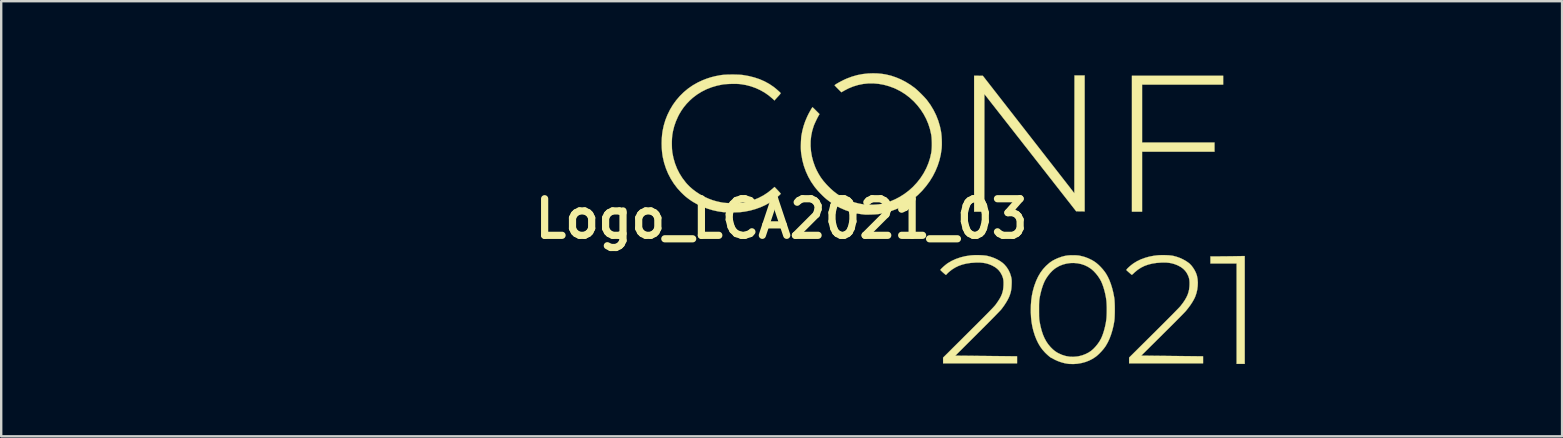
<source format=kicad_pcb>
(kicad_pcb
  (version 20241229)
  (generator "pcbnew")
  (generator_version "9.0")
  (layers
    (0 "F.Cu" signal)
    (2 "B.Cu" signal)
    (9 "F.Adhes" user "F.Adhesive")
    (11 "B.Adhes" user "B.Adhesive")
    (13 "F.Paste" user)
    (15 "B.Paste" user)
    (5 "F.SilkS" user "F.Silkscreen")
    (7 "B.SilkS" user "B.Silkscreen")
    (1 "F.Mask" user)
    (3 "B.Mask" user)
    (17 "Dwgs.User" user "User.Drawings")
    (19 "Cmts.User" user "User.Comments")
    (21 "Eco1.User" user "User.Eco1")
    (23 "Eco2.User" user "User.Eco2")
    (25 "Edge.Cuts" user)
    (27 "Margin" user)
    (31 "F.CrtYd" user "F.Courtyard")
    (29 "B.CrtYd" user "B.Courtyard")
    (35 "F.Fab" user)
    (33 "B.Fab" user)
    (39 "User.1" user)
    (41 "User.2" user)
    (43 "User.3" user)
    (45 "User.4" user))
  (footprint "Logo_LCA2021_03"
    (layer "F.Cu")
    (at 29.513 6.065)
    (property "Reference" "Logo_LCA2021_03" (at 0 0 0) (layer "F.SilkS") (effects (font (size 1.524 1.524) (thickness 0.3))))
    (attr through_hole)
    (fp_poly (pts (xy -24.341 -0.307) (xy -24.765 -0.307) (xy -24.765 -5.971) (xy -24.341 -5.971) (xy -24.341 -0.307)) (stroke (width 0.01) (type solid)) (fill yes) (layer "F.Mask"))
    (fp_poly (pts (xy -4.796 6.046) (xy -5.135 6.046) (xy -5.135 1.556) (xy -4.796 1.556) (xy -4.796 6.046)) (stroke (width 0.01) (type solid)) (fill yes) (layer "F.Mask"))
    (fp_poly (pts (xy -29.085 -0.678) (xy -25.824 -0.678) (xy -25.824 -0.296) (xy -29.508 -0.296) (xy -29.508 -5.971) (xy -29.085 -5.971) (xy -29.085 -0.678)) (stroke (width 0.01) (type solid)) (fill yes) (layer "F.Mask"))
    (fp_poly (pts (xy -8.534 5.728) (xy -5.961 5.728) (xy -5.961 6.024) (xy -8.862 6.024) (xy -8.862 1.556) (xy -8.534 1.556) (xy -8.534 5.728)) (stroke (width 0.01) (type solid)) (fill yes) (layer "F.Mask"))
    (fp_poly (pts (xy -1.444 3.489) (xy 0.069 5.421) (xy 0.074 1.556) (xy 0.402 1.556) (xy 0.402 6.046) (xy 0.251 6.045) (xy 0.101 6.045) (xy -2.906 2.178) (xy -2.912 6.046) (xy -3.25 6.046) (xy -3.25 1.556) (xy -2.958 1.556) (xy -1.444 3.489)) (stroke (width 0.01) (type solid)) (fill yes) (layer "F.Mask"))
    (fp_poly (pts (xy 4.944 1.853) (xy 2.276 1.853) (xy 2.276 3.6) (xy 4.659 3.6) (xy 4.659 3.896) (xy 2.276 3.896) (xy 2.276 5.715) (xy 3.653 5.723) (xy 5.029 5.731) (xy 5.029 6.024) (xy 1.948 6.024) (xy 1.948 1.556) (xy 4.944 1.556) (xy 4.944 1.853)) (stroke (width 0.01) (type solid)) (fill yes) (layer "F.Mask"))
    (fp_poly (pts (xy -17.756 -0.307) (xy -17.933 -0.307) (xy -18.11 -0.308) (xy -21.954 -5.201) (xy -21.956 -2.749) (xy -21.959 -0.296) (xy -22.382 -0.296) (xy -22.382 -5.961) (xy -22.2 -5.961) (xy -22.017 -5.961) (xy -20.096 -3.509) (xy -18.174 -1.057) (xy -18.171 -3.514) (xy -18.169 -5.971) (xy -17.756 -5.971) (xy -17.756 -0.307)) (stroke (width 0.01) (type solid)) (fill yes) (layer "F.Mask"))
    (fp_poly (pts (xy -13.91 1.559) (xy -13.76 1.562) (xy -12.25 3.489) (xy -10.741 5.416) (xy -10.739 3.486) (xy -10.736 1.556) (xy -10.408 1.556) (xy -10.408 6.046) (xy -10.691 6.046) (xy -11.992 4.381) (xy -12.124 4.211) (xy -12.255 4.043) (xy -12.384 3.878) (xy -12.51 3.717) (xy -12.632 3.561) (xy -12.749 3.411) (xy -12.861 3.268) (xy -12.967 3.133) (xy -13.066 3.006) (xy -13.157 2.889) (xy -13.24 2.783) (xy -13.314 2.689) (xy -13.377 2.607) (xy -13.431 2.539) (xy -13.472 2.486) (xy -13.502 2.448) (xy -13.504 2.445) (xy -13.716 2.174) (xy -13.719 4.11) (xy -13.722 6.046) (xy -14.061 6.046) (xy -14.061 1.556) (xy -13.91 1.559)) (stroke (width 0.01) (type solid)) (fill yes) (layer "F.Mask"))
    (fp_poly (pts (xy 21.308 -5.95) (xy 21.52 -5.95) (xy 22.822 -3.123) (xy 22.929 -2.891) (xy 23.033 -2.664) (xy 23.135 -2.443) (xy 23.234 -2.228) (xy 23.33 -2.021) (xy 23.422 -1.821) (xy 23.51 -1.63) (xy 23.593 -1.449) (xy 23.672 -1.277) (xy 23.746 -1.117) (xy 23.814 -0.969) (xy 23.877 -0.833) (xy 23.933 -0.71) (xy 23.983 -0.601) (xy 24.026 -0.508) (xy 24.062 -0.429) (xy 24.091 -0.367) (xy 24.111 -0.322) (xy 24.124 -0.295) (xy 24.128 -0.286) (xy 24.119 -0.282) (xy 24.089 -0.279) (xy 24.038 -0.277) (xy 23.966 -0.276) (xy 23.9 -0.276) (xy 23.669 -0.276) (xy 23.307 -1.072) (xy 22.945 -1.869) (xy 19.66 -1.869) (xy 19.302 -1.075) (xy 18.945 -0.281) (xy 18.716 -0.278) (xy 18.648 -0.277) (xy 18.589 -0.277) (xy 18.541 -0.278) (xy 18.506 -0.28) (xy 18.488 -0.282) (xy 18.486 -0.283) (xy 18.491 -0.293) (xy 18.503 -0.321) (xy 18.525 -0.368) (xy 18.553 -0.431) (xy 18.59 -0.511) (xy 18.633 -0.606) (xy 18.684 -0.715) (xy 18.741 -0.839) (xy 18.803 -0.976) (xy 18.872 -1.125) (xy 18.946 -1.286) (xy 19.025 -1.458) (xy 19.109 -1.64) (xy 19.197 -1.832) (xy 19.289 -2.032) (xy 19.385 -2.24) (xy 19.39 -2.25) (xy 19.833 -2.25) (xy 20.899 -2.245) (xy 21.058 -2.244) (xy 21.218 -2.243) (xy 21.378 -2.242) (xy 21.535 -2.241) (xy 21.686 -2.24) (xy 21.83 -2.24) (xy 21.964 -2.239) (xy 22.087 -2.238) (xy 22.195 -2.238) (xy 22.287 -2.237) (xy 22.36 -2.237) (xy 22.369 -2.237) (xy 22.46 -2.236) (xy 22.543 -2.236) (xy 22.617 -2.237) (xy 22.679 -2.237) (xy 22.728 -2.239) (xy 22.76 -2.24) (xy 22.774 -2.242) (xy 22.774 -2.242) (xy 22.77 -2.253) (xy 22.758 -2.281) (xy 22.737 -2.327) (xy 22.71 -2.388) (xy 22.676 -2.464) (xy 22.637 -2.552) (xy 22.591 -2.653) (xy 22.541 -2.764) (xy 22.487 -2.885) (xy 22.428 -3.014) (xy 22.367 -3.15) (xy 22.303 -3.291) (xy 22.236 -3.438) (xy 22.168 -3.588) (xy 22.099 -3.74) (xy 22.03 -3.893) (xy 21.96 -4.046) (xy 21.892 -4.197) (xy 21.824 -4.346) (xy 21.758 -4.491) (xy 21.694 -4.631) (xy 21.634 -4.764) (xy 21.576 -4.89) (xy 21.523 -5.007) (xy 21.474 -5.114) (xy 21.43 -5.21) (xy 21.391 -5.294) (xy 21.359 -5.364) (xy 21.334 -5.419) (xy 21.315 -5.458) (xy 21.305 -5.48) (xy 21.302 -5.484) (xy 21.297 -5.475) (xy 21.284 -5.447) (xy 21.263 -5.402) (xy 21.235 -5.341) (xy 21.199 -5.264) (xy 21.158 -5.173) (xy 21.11 -5.069) (xy 21.057 -4.952) (xy 20.998 -4.824) (xy 20.936 -4.686) (xy 20.868 -4.538) (xy 20.798 -4.382) (xy 20.724 -4.219) (xy 20.647 -4.049) (xy 20.568 -3.875) (xy 20.564 -3.867) (xy 19.833 -2.25) (xy 19.39 -2.25) (xy 19.485 -2.455) (xy 19.587 -2.677) (xy 19.692 -2.905) (xy 19.791 -3.12) (xy 21.096 -5.95) (xy 21.308 -5.95)) (stroke (width 0.01) (type solid)) (fill yes) (layer "F.Mask"))
    (fp_poly (pts (xy 25.403 -4.174) (xy 25.403 -3.942) (xy 25.404 -3.73) (xy 25.404 -3.537) (xy 25.405 -3.362) (xy 25.405 -3.203) (xy 25.406 -3.061) (xy 25.406 -2.934) (xy 25.407 -2.821) (xy 25.408 -2.72) (xy 25.409 -2.631) (xy 25.411 -2.553) (xy 25.412 -2.485) (xy 25.414 -2.425) (xy 25.416 -2.372) (xy 25.419 -2.326) (xy 25.422 -2.286) (xy 25.426 -2.25) (xy 25.429 -2.218) (xy 25.434 -2.187) (xy 25.439 -2.158) (xy 25.444 -2.13) (xy 25.45 -2.1) (xy 25.457 -2.069) (xy 25.464 -2.034) (xy 25.465 -2.029) (xy 25.504 -1.871) (xy 25.553 -1.718) (xy 25.612 -1.575) (xy 25.679 -1.443) (xy 25.753 -1.325) (xy 25.832 -1.222) (xy 25.916 -1.138) (xy 25.933 -1.124) (xy 26.099 -1.002) (xy 26.274 -0.898) (xy 26.459 -0.812) (xy 26.65 -0.745) (xy 26.846 -0.696) (xy 27.045 -0.667) (xy 27.247 -0.656) (xy 27.45 -0.665) (xy 27.651 -0.694) (xy 27.849 -0.743) (xy 28.015 -0.801) (xy 28.157 -0.864) (xy 28.294 -0.936) (xy 28.422 -1.016) (xy 28.537 -1.101) (xy 28.625 -1.18) (xy 28.723 -1.291) (xy 28.81 -1.42) (xy 28.886 -1.566) (xy 28.951 -1.73) (xy 29.006 -1.912) (xy 29.049 -2.111) (xy 29.07 -2.239) (xy 29.073 -2.257) (xy 29.075 -2.276) (xy 29.077 -2.299) (xy 29.079 -2.325) (xy 29.08 -2.356) (xy 29.082 -2.393) (xy 29.083 -2.437) (xy 29.084 -2.489) (xy 29.085 -2.549) (xy 29.086 -2.619) (xy 29.087 -2.701) (xy 29.088 -2.794) (xy 29.088 -2.9) (xy 29.089 -3.019) (xy 29.09 -3.154) (xy 29.09 -3.304) (xy 29.091 -3.472) (xy 29.091 -3.657) (xy 29.092 -3.861) (xy 29.092 -4.084) (xy 29.092 -4.169) (xy 29.096 -5.971) (xy 29.519 -5.971) (xy 29.516 -4.148) (xy 29.515 -3.913) (xy 29.515 -3.699) (xy 29.514 -3.503) (xy 29.514 -3.326) (xy 29.514 -3.165) (xy 29.513 -3.021) (xy 29.512 -2.892) (xy 29.511 -2.776) (xy 29.51 -2.673) (xy 29.509 -2.582) (xy 29.508 -2.501) (xy 29.506 -2.431) (xy 29.504 -2.369) (xy 29.502 -2.314) (xy 29.499 -2.266) (xy 29.496 -2.224) (xy 29.492 -2.186) (xy 29.488 -2.151) (xy 29.484 -2.119) (xy 29.478 -2.087) (xy 29.473 -2.057) (xy 29.467 -2.025) (xy 29.46 -1.992) (xy 29.452 -1.955) (xy 29.449 -1.938) (xy 29.407 -1.765) (xy 29.353 -1.598) (xy 29.288 -1.437) (xy 29.214 -1.285) (xy 29.132 -1.145) (xy 29.042 -1.019) (xy 28.947 -0.909) (xy 28.848 -0.817) (xy 28.843 -0.814) (xy 28.654 -0.677) (xy 28.455 -0.558) (xy 28.246 -0.458) (xy 28.028 -0.378) (xy 27.802 -0.316) (xy 27.613 -0.281) (xy 27.554 -0.274) (xy 27.48 -0.268) (xy 27.396 -0.263) (xy 27.306 -0.26) (xy 27.217 -0.259) (xy 27.133 -0.259) (xy 27.059 -0.261) (xy 27.001 -0.265) (xy 26.999 -0.265) (xy 26.763 -0.299) (xy 26.537 -0.352) (xy 26.319 -0.425) (xy 26.11 -0.517) (xy 25.907 -0.628) (xy 25.712 -0.76) (xy 25.662 -0.797) (xy 25.575 -0.874) (xy 25.488 -0.969) (xy 25.404 -1.079) (xy 25.325 -1.202) (xy 25.252 -1.334) (xy 25.187 -1.472) (xy 25.16 -1.54) (xy 25.115 -1.67) (xy 25.075 -1.816) (xy 25.041 -1.972) (xy 25.013 -2.133) (xy 24.992 -2.294) (xy 24.987 -2.345) (xy 24.986 -2.373) (xy 24.985 -2.422) (xy 24.983 -2.491) (xy 24.982 -2.579) (xy 24.981 -2.685) (xy 24.98 -2.81) (xy 24.979 -2.952) (xy 24.979 -3.111) (xy 24.978 -3.286) (xy 24.977 -3.476) (xy 24.977 -3.682) (xy 24.977 -3.901) (xy 24.977 -4.135) (xy 24.977 -4.222) (xy 24.976 -5.971) (xy 25.399 -5.971) (xy 25.403 -4.174)) (stroke (width 0.01) (type solid)) (fill yes) (layer "F.Mask"))
    (fp_poly (pts (xy -5.572 -5.937) (xy -5.582 -5.923) (xy -5.604 -5.894) (xy -5.636 -5.85) (xy -5.679 -5.792) (xy -5.731 -5.722) (xy -5.792 -5.64) (xy -5.859 -5.548) (xy -5.934 -5.448) (xy -6.014 -5.339) (xy -6.099 -5.224) (xy -6.189 -5.103) (xy -6.281 -4.978) (xy -6.376 -4.849) (xy -6.473 -4.719) (xy -6.57 -4.587) (xy -6.667 -4.456) (xy -6.763 -4.326) (xy -6.857 -4.198) (xy -6.949 -4.075) (xy -7.037 -3.955) (xy -7.121 -3.842) (xy -7.199 -3.736) (xy -7.271 -3.638) (xy -7.337 -3.55) (xy -7.394 -3.472) (xy -7.443 -3.405) (xy -7.483 -3.352) (xy -7.512 -3.312) (xy -7.53 -3.288) (xy -7.535 -3.28) (xy -7.571 -3.231) (xy -6.486 -1.77) (xy -6.369 -1.614) (xy -6.257 -1.462) (xy -6.148 -1.316) (xy -6.044 -1.176) (xy -5.946 -1.043) (xy -5.853 -0.918) (xy -5.768 -0.803) (xy -5.689 -0.697) (xy -5.619 -0.601) (xy -5.557 -0.518) (xy -5.505 -0.447) (xy -5.462 -0.389) (xy -5.43 -0.345) (xy -5.409 -0.316) (xy -5.4 -0.303) (xy -5.4 -0.303) (xy -5.41 -0.301) (xy -5.438 -0.299) (xy -5.482 -0.298) (xy -5.538 -0.297) (xy -5.603 -0.297) (xy -5.648 -0.296) (xy -5.896 -0.296) (xy -6.867 -1.604) (xy -7.839 -2.911) (xy -7.967 -2.739) (xy -7.989 -2.709) (xy -8.023 -2.663) (xy -8.067 -2.603) (xy -8.122 -2.529) (xy -8.186 -2.443) (xy -8.258 -2.346) (xy -8.337 -2.239) (xy -8.422 -2.124) (xy -8.513 -2.001) (xy -8.609 -1.872) (xy -8.709 -1.737) (xy -8.811 -1.599) (xy -8.915 -1.459) (xy -8.935 -1.431) (xy -9.777 -0.296) (xy -10.023 -0.296) (xy -10.093 -0.297) (xy -10.155 -0.298) (xy -10.207 -0.299) (xy -10.245 -0.301) (xy -10.266 -0.303) (xy -10.27 -0.304) (xy -10.264 -0.314) (xy -10.246 -0.339) (xy -10.216 -0.379) (xy -10.176 -0.434) (xy -10.125 -0.503) (xy -10.065 -0.584) (xy -9.997 -0.676) (xy -9.92 -0.78) (xy -9.836 -0.893) (xy -9.745 -1.016) (xy -9.648 -1.147) (xy -9.545 -1.285) (xy -9.437 -1.43) (xy -9.325 -1.58) (xy -9.21 -1.735) (xy -9.185 -1.767) (xy -8.101 -3.222) (xy -8.121 -3.251) (xy -8.129 -3.262) (xy -8.15 -3.29) (xy -8.181 -3.333) (xy -8.223 -3.39) (xy -8.275 -3.46) (xy -8.336 -3.543) (xy -8.405 -3.637) (xy -8.483 -3.742) (xy -8.567 -3.856) (xy -8.657 -3.979) (xy -8.754 -4.11) (xy -8.855 -4.247) (xy -8.96 -4.391) (xy -9.07 -4.539) (xy -9.131 -4.623) (xy -10.122 -5.966) (xy -9.877 -5.969) (xy -9.802 -5.969) (xy -9.736 -5.969) (xy -9.682 -5.968) (xy -9.644 -5.966) (xy -9.623 -5.963) (xy -9.62 -5.962) (xy -9.613 -5.952) (xy -9.593 -5.927) (xy -9.563 -5.886) (xy -9.522 -5.831) (xy -9.471 -5.763) (xy -9.411 -5.683) (xy -9.343 -5.592) (xy -9.268 -5.49) (xy -9.185 -5.379) (xy -9.097 -5.26) (xy -9.003 -5.134) (xy -8.905 -5.001) (xy -8.802 -4.863) (xy -8.719 -4.75) (xy -8.614 -4.608) (xy -8.513 -4.471) (xy -8.416 -4.34) (xy -8.323 -4.216) (xy -8.236 -4.099) (xy -8.156 -3.991) (xy -8.082 -3.892) (xy -8.017 -3.804) (xy -7.959 -3.727) (xy -7.911 -3.662) (xy -7.873 -3.611) (xy -7.845 -3.575) (xy -7.829 -3.554) (xy -7.824 -3.548) (xy -7.818 -3.556) (xy -7.799 -3.581) (xy -7.769 -3.621) (xy -7.729 -3.674) (xy -7.679 -3.741) (xy -7.62 -3.82) (xy -7.553 -3.911) (xy -7.478 -4.012) (xy -7.396 -4.122) (xy -7.308 -4.241) (xy -7.215 -4.367) (xy -7.116 -4.5) (xy -7.014 -4.638) (xy -6.924 -4.759) (xy -6.03 -5.97) (xy -5.788 -5.971) (xy -5.545 -5.971) (xy -5.572 -5.937)) (stroke (width 0.01) (type solid)) (fill yes) (layer "F.Mask"))
    (fp_poly (pts (xy -15.413 -4.201) (xy -15.412 -3.971) (xy -15.412 -3.761) (xy -15.411 -3.571) (xy -15.411 -3.399) (xy -15.41 -3.243) (xy -15.41 -3.104) (xy -15.409 -2.981) (xy -15.408 -2.871) (xy -15.407 -2.774) (xy -15.406 -2.69) (xy -15.405 -2.617) (xy -15.404 -2.554) (xy -15.403 -2.5) (xy -15.402 -2.454) (xy -15.4 -2.415) (xy -15.399 -2.382) (xy -15.397 -2.355) (xy -15.395 -2.331) (xy -15.393 -2.311) (xy -15.391 -2.298) (xy -15.355 -2.077) (xy -15.307 -1.875) (xy -15.247 -1.69) (xy -15.175 -1.523) (xy -15.092 -1.373) (xy -14.997 -1.241) (xy -14.891 -1.126) (xy -14.855 -1.094) (xy -14.699 -0.973) (xy -14.533 -0.871) (xy -14.358 -0.787) (xy -14.175 -0.723) (xy -13.985 -0.679) (xy -13.822 -0.657) (xy -13.761 -0.653) (xy -13.686 -0.651) (xy -13.603 -0.65) (xy -13.515 -0.65) (xy -13.428 -0.652) (xy -13.345 -0.655) (xy -13.273 -0.659) (xy -13.215 -0.664) (xy -13.192 -0.667) (xy -12.999 -0.707) (xy -12.813 -0.767) (xy -12.635 -0.846) (xy -12.467 -0.944) (xy -12.309 -1.06) (xy -12.246 -1.115) (xy -12.143 -1.221) (xy -12.049 -1.345) (xy -11.966 -1.485) (xy -11.894 -1.64) (xy -11.833 -1.808) (xy -11.785 -1.988) (xy -11.758 -2.123) (xy -11.752 -2.159) (xy -11.746 -2.193) (xy -11.741 -2.227) (xy -11.737 -2.262) (xy -11.733 -2.297) (xy -11.729 -2.336) (xy -11.726 -2.378) (xy -11.723 -2.424) (xy -11.721 -2.477) (xy -11.719 -2.536) (xy -11.717 -2.604) (xy -11.715 -2.68) (xy -11.714 -2.766) (xy -11.713 -2.864) (xy -11.712 -2.974) (xy -11.711 -3.097) (xy -11.711 -3.235) (xy -11.71 -3.388) (xy -11.71 -3.558) (xy -11.71 -3.745) (xy -11.71 -3.951) (xy -11.71 -4.177) (xy -11.71 -4.25) (xy -11.71 -5.971) (xy -11.286 -5.971) (xy -11.29 -4.148) (xy -11.29 -3.915) (xy -11.29 -3.703) (xy -11.291 -3.51) (xy -11.291 -3.335) (xy -11.292 -3.177) (xy -11.292 -3.036) (xy -11.293 -2.91) (xy -11.294 -2.798) (xy -11.294 -2.699) (xy -11.295 -2.613) (xy -11.296 -2.538) (xy -11.297 -2.473) (xy -11.298 -2.417) (xy -11.3 -2.37) (xy -11.301 -2.33) (xy -11.302 -2.296) (xy -11.304 -2.268) (xy -11.306 -2.244) (xy -11.308 -2.223) (xy -11.31 -2.205) (xy -11.311 -2.197) (xy -11.351 -1.966) (xy -11.403 -1.753) (xy -11.467 -1.555) (xy -11.544 -1.374) (xy -11.633 -1.207) (xy -11.735 -1.055) (xy -11.851 -0.917) (xy -11.98 -0.791) (xy -12.012 -0.764) (xy -12.181 -0.636) (xy -12.362 -0.526) (xy -12.553 -0.433) (xy -12.752 -0.358) (xy -12.958 -0.303) (xy -13.143 -0.27) (xy -13.198 -0.265) (xy -13.271 -0.261) (xy -13.356 -0.258) (xy -13.45 -0.256) (xy -13.549 -0.255) (xy -13.649 -0.255) (xy -13.745 -0.256) (xy -13.835 -0.259) (xy -13.913 -0.263) (xy -13.976 -0.268) (xy -14.001 -0.271) (xy -14.11 -0.289) (xy -14.228 -0.316) (xy -14.346 -0.348) (xy -14.455 -0.384) (xy -14.49 -0.397) (xy -14.687 -0.484) (xy -14.869 -0.584) (xy -15.034 -0.698) (xy -15.184 -0.827) (xy -15.318 -0.969) (xy -15.437 -1.126) (xy -15.539 -1.296) (xy -15.627 -1.482) (xy -15.699 -1.681) (xy -15.756 -1.896) (xy -15.785 -2.049) (xy -15.791 -2.083) (xy -15.797 -2.116) (xy -15.801 -2.147) (xy -15.806 -2.178) (xy -15.81 -2.209) (xy -15.813 -2.243) (xy -15.816 -2.28) (xy -15.819 -2.32) (xy -15.822 -2.366) (xy -15.824 -2.418) (xy -15.826 -2.477) (xy -15.827 -2.544) (xy -15.829 -2.621) (xy -15.83 -2.708) (xy -15.831 -2.806) (xy -15.832 -2.917) (xy -15.833 -3.041) (xy -15.833 -3.181) (xy -15.834 -3.335) (xy -15.834 -3.507) (xy -15.835 -3.696) (xy -15.835 -3.905) (xy -15.836 -4.133) (xy -15.836 -4.174) (xy -15.84 -5.971) (xy -15.417 -5.971) (xy -15.413 -4.201)) (stroke (width 0.01) (type solid)) (fill yes) (layer "F.Mask"))
    (fp_poly (pts (xy -17.43 1.532) (xy -17.357 1.534) (xy -17.288 1.538) (xy -17.23 1.542) (xy -17.2 1.545) (xy -17.017 1.575) (xy -16.834 1.618) (xy -16.656 1.673) (xy -16.486 1.738) (xy -16.33 1.812) (xy -16.233 1.867) (xy -16.057 1.987) (xy -15.894 2.122) (xy -15.746 2.273) (xy -15.613 2.438) (xy -15.497 2.615) (xy -15.42 2.758) (xy -15.336 2.948) (xy -15.271 3.137) (xy -15.224 3.328) (xy -15.194 3.525) (xy -15.18 3.732) (xy -15.179 3.806) (xy -15.181 3.937) (xy -15.189 4.055) (xy -15.203 4.167) (xy -15.223 4.28) (xy -15.251 4.398) (xy -15.305 4.579) (xy -15.373 4.755) (xy -15.453 4.921) (xy -15.544 5.074) (xy -15.598 5.151) (xy -15.659 5.228) (xy -15.732 5.31) (xy -15.811 5.393) (xy -15.892 5.471) (xy -15.97 5.54) (xy -16.023 5.581) (xy -16.201 5.702) (xy -16.392 5.806) (xy -16.593 5.893) (xy -16.803 5.962) (xy -17.019 6.014) (xy -17.24 6.047) (xy -17.464 6.061) (xy -17.679 6.056) (xy -17.873 6.034) (xy -18.072 5.996) (xy -18.269 5.943) (xy -18.39 5.901) (xy -18.588 5.817) (xy -18.773 5.716) (xy -18.946 5.6) (xy -19.105 5.469) (xy -19.25 5.325) (xy -19.38 5.168) (xy -19.495 4.999) (xy -19.593 4.82) (xy -19.676 4.631) (xy -19.741 4.434) (xy -19.788 4.229) (xy -19.817 4.018) (xy -19.827 3.801) (xy -19.827 3.79) (xy -19.486 3.79) (xy -19.484 3.897) (xy -19.48 3.988) (xy -19.471 4.072) (xy -19.458 4.154) (xy -19.44 4.241) (xy -19.421 4.315) (xy -19.361 4.506) (xy -19.282 4.688) (xy -19.186 4.859) (xy -19.074 5.018) (xy -18.946 5.165) (xy -18.803 5.297) (xy -18.646 5.414) (xy -18.516 5.493) (xy -18.384 5.558) (xy -18.236 5.616) (xy -18.078 5.666) (xy -17.914 5.706) (xy -17.75 5.735) (xy -17.687 5.742) (xy -17.646 5.745) (xy -17.589 5.746) (xy -17.52 5.745) (xy -17.446 5.743) (xy -17.37 5.74) (xy -17.298 5.735) (xy -17.235 5.73) (xy -17.185 5.725) (xy -17.173 5.723) (xy -16.963 5.678) (xy -16.765 5.616) (xy -16.579 5.537) (xy -16.406 5.442) (xy -16.246 5.331) (xy -16.101 5.206) (xy -15.97 5.066) (xy -15.854 4.912) (xy -15.754 4.745) (xy -15.671 4.566) (xy -15.604 4.374) (xy -15.555 4.171) (xy -15.537 4.066) (xy -15.53 4.013) (xy -15.526 3.96) (xy -15.523 3.903) (xy -15.523 3.836) (xy -15.524 3.754) (xy -15.525 3.732) (xy -15.531 3.606) (xy -15.541 3.494) (xy -15.558 3.389) (xy -15.581 3.286) (xy -15.613 3.178) (xy -15.623 3.147) (xy -15.655 3.061) (xy -15.696 2.965) (xy -15.744 2.867) (xy -15.794 2.773) (xy -15.844 2.688) (xy -15.879 2.636) (xy -15.929 2.572) (xy -15.991 2.5) (xy -16.062 2.425) (xy -16.137 2.351) (xy -16.212 2.283) (xy -16.281 2.226) (xy -16.316 2.2) (xy -16.48 2.096) (xy -16.655 2.009) (xy -16.84 1.939) (xy -17.032 1.886) (xy -17.229 1.852) (xy -17.43 1.835) (xy -17.632 1.837) (xy -17.832 1.859) (xy -17.941 1.879) (xy -18.143 1.931) (xy -18.333 2.002) (xy -18.512 2.089) (xy -18.679 2.191) (xy -18.832 2.31) (xy -18.971 2.442) (xy -19.095 2.589) (xy -19.204 2.749) (xy -19.297 2.921) (xy -19.372 3.105) (xy -19.421 3.266) (xy -19.445 3.361) (xy -19.462 3.447) (xy -19.474 3.529) (xy -19.481 3.614) (xy -19.485 3.708) (xy -19.486 3.79) (xy -19.827 3.79) (xy -19.818 3.58) (xy -19.808 3.489) (xy -19.778 3.311) (xy -19.731 3.129) (xy -19.67 2.948) (xy -19.596 2.774) (xy -19.51 2.612) (xy -19.452 2.519) (xy -19.326 2.347) (xy -19.186 2.191) (xy -19.033 2.051) (xy -18.865 1.927) (xy -18.683 1.818) (xy -18.487 1.726) (xy -18.301 1.657) (xy -18.127 1.605) (xy -17.956 1.568) (xy -17.783 1.544) (xy -17.601 1.533) (xy -17.502 1.531) (xy -17.43 1.532)) (stroke (width 0.01) (type solid)) (fill yes) (layer "F.Mask"))
    (fp_poly (pts (xy 18.402 -5.59) (xy 15.024 -5.59) (xy 15.024 -3.176) (xy 18.042 -3.176) (xy 18.042 -2.795) (xy 15.024 -2.795) (xy 15.024 -0.296) (xy 14.601 -0.296) (xy 14.601 -5.961) (xy 18.402 -5.961) (xy 18.402 -5.59)) (stroke (width 0.01) (type solid)) (fill yes) (layer "F.SilkS"))
    (fp_poly (pts (xy 12.631 -0.307) (xy 12.454 -0.309) (xy 12.278 -0.312) (xy 8.454 -5.196) (xy 8.452 -2.746) (xy 8.449 -0.296) (xy 8.026 -0.296) (xy 8.026 -5.961) (xy 8.389 -5.956) (xy 10.296 -3.509) (xy 12.202 -1.063) (xy 12.205 -3.517) (xy 12.208 -5.971) (xy 12.631 -5.971) (xy 12.631 -0.307)) (stroke (width 0.01) (type solid)) (fill yes) (layer "F.SilkS"))
    (fp_poly (pts (xy 19.301 6.046) (xy 18.963 6.046) (xy 18.963 1.863) (xy 17.872 1.863) (xy 17.872 1.567) (xy 18.182 1.567) (xy 18.27 1.567) (xy 18.373 1.566) (xy 18.487 1.565) (xy 18.606 1.564) (xy 18.725 1.563) (xy 18.839 1.561) (xy 18.896 1.56) (xy 19.301 1.553) (xy 19.301 6.046)) (stroke (width 0.01) (type solid)) (fill yes) (layer "F.SilkS"))
    (fp_poly (pts (xy 16.029 1.518) (xy 16.122 1.522) (xy 16.207 1.529) (xy 16.277 1.538) (xy 16.313 1.544) (xy 16.458 1.582) (xy 16.599 1.632) (xy 16.732 1.693) (xy 16.855 1.762) (xy 16.963 1.837) (xy 17.012 1.878) (xy 17.085 1.955) (xy 17.154 2.047) (xy 17.216 2.148) (xy 17.268 2.253) (xy 17.305 2.357) (xy 17.311 2.377) (xy 17.336 2.512) (xy 17.347 2.657) (xy 17.341 2.807) (xy 17.322 2.957) (xy 17.287 3.105) (xy 17.239 3.244) (xy 17.23 3.266) (xy 17.183 3.361) (xy 17.123 3.466) (xy 17.051 3.577) (xy 16.969 3.69) (xy 16.881 3.802) (xy 16.839 3.853) (xy 16.818 3.875) (xy 16.784 3.911) (xy 16.737 3.96) (xy 16.678 4.02) (xy 16.608 4.091) (xy 16.529 4.171) (xy 16.441 4.26) (xy 16.345 4.356) (xy 16.243 4.458) (xy 16.136 4.565) (xy 16.024 4.676) (xy 15.909 4.79) (xy 15.866 4.833) (xy 14.989 5.702) (xy 15.549 5.709) (xy 15.664 5.71) (xy 15.797 5.712) (xy 15.942 5.713) (xy 16.097 5.715) (xy 16.257 5.717) (xy 16.418 5.719) (xy 16.576 5.72) (xy 16.728 5.722) (xy 16.837 5.723) (xy 17.565 5.731) (xy 17.565 6.024) (xy 14.484 6.024) (xy 14.484 5.784) (xy 15.512 4.764) (xy 15.662 4.615) (xy 15.803 4.475) (xy 15.935 4.343) (xy 16.058 4.22) (xy 16.17 4.107) (xy 16.272 4.005) (xy 16.362 3.913) (xy 16.44 3.833) (xy 16.506 3.766) (xy 16.558 3.711) (xy 16.597 3.67) (xy 16.622 3.642) (xy 16.626 3.637) (xy 16.723 3.511) (xy 16.803 3.394) (xy 16.868 3.282) (xy 16.919 3.173) (xy 16.956 3.064) (xy 16.982 2.953) (xy 16.996 2.836) (xy 17.001 2.758) (xy 17.002 2.665) (xy 16.998 2.587) (xy 16.989 2.519) (xy 16.973 2.455) (xy 16.951 2.39) (xy 16.948 2.383) (xy 16.892 2.27) (xy 16.823 2.171) (xy 16.738 2.085) (xy 16.637 2.01) (xy 16.518 1.946) (xy 16.462 1.922) (xy 16.357 1.883) (xy 16.253 1.855) (xy 16.147 1.836) (xy 16.033 1.825) (xy 15.906 1.823) (xy 15.833 1.825) (xy 15.634 1.839) (xy 15.45 1.867) (xy 15.28 1.909) (xy 15.124 1.965) (xy 14.98 2.037) (xy 14.846 2.123) (xy 14.722 2.226) (xy 14.698 2.248) (xy 14.658 2.287) (xy 14.629 2.313) (xy 14.61 2.328) (xy 14.597 2.333) (xy 14.587 2.331) (xy 14.582 2.328) (xy 14.545 2.296) (xy 14.505 2.261) (xy 14.465 2.226) (xy 14.428 2.193) (xy 14.397 2.165) (xy 14.377 2.145) (xy 14.369 2.137) (xy 14.374 2.122) (xy 14.393 2.096) (xy 14.423 2.063) (xy 14.464 2.024) (xy 14.512 1.981) (xy 14.564 1.937) (xy 14.618 1.895) (xy 14.672 1.856) (xy 14.675 1.854) (xy 14.819 1.766) (xy 14.978 1.69) (xy 15.151 1.627) (xy 15.334 1.576) (xy 15.526 1.54) (xy 15.662 1.524) (xy 15.744 1.518) (xy 15.835 1.516) (xy 15.932 1.515) (xy 16.029 1.518)) (stroke (width 0.01) (type solid)) (fill yes) (layer "F.SilkS"))
    (fp_poly (pts (xy 8.287 1.518) (xy 8.382 1.523) (xy 8.467 1.53) (xy 8.538 1.539) (xy 8.567 1.545) (xy 8.714 1.584) (xy 8.855 1.634) (xy 8.989 1.695) (xy 9.11 1.765) (xy 9.217 1.842) (xy 9.289 1.908) (xy 9.382 2.017) (xy 9.46 2.14) (xy 9.522 2.273) (xy 9.566 2.412) (xy 9.574 2.445) (xy 9.582 2.486) (xy 9.587 2.525) (xy 9.59 2.566) (xy 9.591 2.613) (xy 9.591 2.673) (xy 9.589 2.732) (xy 9.584 2.833) (xy 9.576 2.92) (xy 9.564 2.998) (xy 9.547 3.073) (xy 9.523 3.152) (xy 9.518 3.166) (xy 9.479 3.266) (xy 9.424 3.376) (xy 9.356 3.493) (xy 9.277 3.614) (xy 9.188 3.736) (xy 9.162 3.769) (xy 9.142 3.793) (xy 9.107 3.831) (xy 9.057 3.883) (xy 8.994 3.948) (xy 8.918 4.026) (xy 8.83 4.116) (xy 8.73 4.218) (xy 8.618 4.331) (xy 8.495 4.454) (xy 8.361 4.588) (xy 8.218 4.731) (xy 8.162 4.787) (xy 7.241 5.704) (xy 7.917 5.71) (xy 8.059 5.712) (xy 8.215 5.714) (xy 8.38 5.715) (xy 8.548 5.717) (xy 8.716 5.719) (xy 8.878 5.721) (xy 9.03 5.722) (xy 9.167 5.724) (xy 9.203 5.724) (xy 9.815 5.731) (xy 9.815 6.024) (xy 6.734 6.024) (xy 6.733 5.786) (xy 7.792 4.733) (xy 7.942 4.583) (xy 8.078 4.448) (xy 8.2 4.326) (xy 8.309 4.217) (xy 8.407 4.119) (xy 8.493 4.032) (xy 8.569 3.956) (xy 8.636 3.888) (xy 8.693 3.829) (xy 8.743 3.778) (xy 8.785 3.734) (xy 8.821 3.696) (xy 8.851 3.663) (xy 8.877 3.635) (xy 8.898 3.61) (xy 8.916 3.588) (xy 8.931 3.569) (xy 8.939 3.557) (xy 9.019 3.443) (xy 9.085 3.34) (xy 9.138 3.244) (xy 9.179 3.152) (xy 9.209 3.06) (xy 9.231 2.967) (xy 9.244 2.867) (xy 9.251 2.758) (xy 9.251 2.757) (xy 9.252 2.659) (xy 9.248 2.577) (xy 9.237 2.505) (xy 9.218 2.438) (xy 9.192 2.369) (xy 9.185 2.354) (xy 9.129 2.25) (xy 9.064 2.16) (xy 8.986 2.082) (xy 8.893 2.013) (xy 8.783 1.952) (xy 8.714 1.921) (xy 8.61 1.882) (xy 8.505 1.854) (xy 8.394 1.835) (xy 8.275 1.825) (xy 8.141 1.823) (xy 8.089 1.825) (xy 7.89 1.839) (xy 7.707 1.866) (xy 7.539 1.907) (xy 7.382 1.962) (xy 7.238 2.032) (xy 7.102 2.117) (xy 6.98 2.214) (xy 6.944 2.247) (xy 6.912 2.278) (xy 6.888 2.303) (xy 6.882 2.311) (xy 6.864 2.33) (xy 6.852 2.34) (xy 6.851 2.34) (xy 6.84 2.333) (xy 6.817 2.315) (xy 6.785 2.289) (xy 6.749 2.257) (xy 6.711 2.224) (xy 6.676 2.191) (xy 6.647 2.163) (xy 6.627 2.143) (xy 6.62 2.133) (xy 6.626 2.12) (xy 6.645 2.096) (xy 6.676 2.064) (xy 6.715 2.027) (xy 6.759 1.986) (xy 6.806 1.946) (xy 6.853 1.907) (xy 6.896 1.874) (xy 6.925 1.853) (xy 7.088 1.757) (xy 7.264 1.676) (xy 7.453 1.611) (xy 7.652 1.561) (xy 7.861 1.529) (xy 7.912 1.524) (xy 7.996 1.518) (xy 8.09 1.515) (xy 8.188 1.515) (xy 8.287 1.518)) (stroke (width 0.01) (type solid)) (fill yes) (layer "F.SilkS"))
    (fp_poly (pts (xy -1.937 -6.008) (xy -1.835 -6.005) (xy -1.742 -6.001) (xy -1.661 -5.995) (xy -1.61 -5.989) (xy -1.363 -5.946) (xy -1.13 -5.887) (xy -0.911 -5.814) (xy -0.706 -5.724) (xy -0.513 -5.619) (xy -0.333 -5.498) (xy -0.331 -5.496) (xy -0.291 -5.465) (xy -0.246 -5.429) (xy -0.199 -5.389) (xy -0.152 -5.348) (xy -0.11 -5.31) (xy -0.074 -5.277) (xy -0.048 -5.251) (xy -0.036 -5.236) (xy -0.035 -5.234) (xy -0.04 -5.221) (xy -0.058 -5.194) (xy -0.089 -5.157) (xy -0.13 -5.111) (xy -0.134 -5.107) (xy -0.174 -5.064) (xy -0.211 -5.023) (xy -0.242 -4.989) (xy -0.262 -4.966) (xy -0.266 -4.962) (xy -0.294 -4.929) (xy -0.37 -5.001) (xy -0.527 -5.134) (xy -0.698 -5.254) (xy -0.881 -5.358) (xy -1.075 -5.447) (xy -1.277 -5.519) (xy -1.485 -5.573) (xy -1.697 -5.608) (xy -1.735 -5.612) (xy -1.797 -5.617) (xy -1.874 -5.62) (xy -1.961 -5.621) (xy -2.054 -5.62) (xy -2.149 -5.618) (xy -2.24 -5.614) (xy -2.324 -5.609) (xy -2.395 -5.603) (xy -2.446 -5.596) (xy -2.685 -5.547) (xy -2.912 -5.48) (xy -3.127 -5.396) (xy -3.329 -5.294) (xy -3.519 -5.176) (xy -3.697 -5.041) (xy -3.826 -4.924) (xy -3.958 -4.787) (xy -4.072 -4.649) (xy -4.173 -4.505) (xy -4.265 -4.349) (xy -4.315 -4.251) (xy -4.402 -4.053) (xy -4.471 -3.855) (xy -4.522 -3.65) (xy -4.55 -3.495) (xy -4.558 -3.42) (xy -4.564 -3.33) (xy -4.568 -3.23) (xy -4.569 -3.126) (xy -4.567 -3.021) (xy -4.564 -2.922) (xy -4.557 -2.833) (xy -4.549 -2.763) (xy -4.503 -2.53) (xy -4.438 -2.307) (xy -4.355 -2.094) (xy -4.253 -1.891) (xy -4.132 -1.698) (xy -3.992 -1.514) (xy -3.932 -1.445) (xy -3.821 -1.332) (xy -3.693 -1.221) (xy -3.552 -1.116) (xy -3.403 -1.019) (xy -3.249 -0.933) (xy -3.215 -0.916) (xy -3.038 -0.836) (xy -2.867 -0.772) (xy -2.693 -0.722) (xy -2.511 -0.683) (xy -2.44 -0.671) (xy -2.374 -0.663) (xy -2.292 -0.657) (xy -2.199 -0.653) (xy -2.098 -0.65) (xy -1.994 -0.65) (xy -1.891 -0.651) (xy -1.793 -0.654) (xy -1.705 -0.659) (xy -1.632 -0.665) (xy -1.593 -0.671) (xy -1.369 -0.718) (xy -1.154 -0.785) (xy -0.947 -0.871) (xy -0.751 -0.974) (xy -0.566 -1.096) (xy -0.393 -1.235) (xy -0.371 -1.254) (xy -0.291 -1.326) (xy -0.161 -1.191) (xy -0.12 -1.146) (xy -0.083 -1.106) (xy -0.055 -1.074) (xy -0.037 -1.052) (xy -0.032 -1.043) (xy -0.04 -1.031) (xy -0.061 -1.009) (xy -0.093 -0.978) (xy -0.133 -0.942) (xy -0.177 -0.903) (xy -0.224 -0.863) (xy -0.27 -0.825) (xy -0.312 -0.792) (xy -0.321 -0.785) (xy -0.491 -0.671) (xy -0.677 -0.569) (xy -0.875 -0.48) (xy -1.084 -0.405) (xy -1.302 -0.344) (xy -1.525 -0.3) (xy -1.709 -0.276) (xy -1.759 -0.273) (xy -1.825 -0.27) (xy -1.903 -0.268) (xy -1.99 -0.267) (xy -2.079 -0.266) (xy -2.169 -0.267) (xy -2.253 -0.268) (xy -2.328 -0.27) (xy -2.39 -0.273) (xy -2.427 -0.276) (xy -2.647 -0.308) (xy -2.866 -0.357) (xy -3.083 -0.422) (xy -3.293 -0.501) (xy -3.493 -0.594) (xy -3.68 -0.699) (xy -3.749 -0.743) (xy -3.843 -0.808) (xy -3.925 -0.869) (xy -4.001 -0.93) (xy -4.076 -0.997) (xy -4.156 -1.075) (xy -4.182 -1.1) (xy -4.342 -1.275) (xy -4.485 -1.464) (xy -4.612 -1.665) (xy -4.723 -1.877) (xy -4.815 -2.098) (xy -4.89 -2.329) (xy -4.945 -2.566) (xy -4.955 -2.62) (xy -4.977 -2.785) (xy -4.99 -2.963) (xy -4.994 -3.147) (xy -4.989 -3.332) (xy -4.974 -3.511) (xy -4.956 -3.648) (xy -4.907 -3.882) (xy -4.839 -4.11) (xy -4.752 -4.33) (xy -4.648 -4.541) (xy -4.528 -4.742) (xy -4.391 -4.932) (xy -4.24 -5.109) (xy -4.074 -5.273) (xy -3.895 -5.422) (xy -3.704 -5.555) (xy -3.501 -5.671) (xy -3.474 -5.685) (xy -3.297 -5.767) (xy -3.123 -5.836) (xy -2.946 -5.893) (xy -2.762 -5.94) (xy -2.564 -5.978) (xy -2.493 -5.989) (xy -2.428 -5.996) (xy -2.347 -6.002) (xy -2.252 -6.006) (xy -2.15 -6.008) (xy -2.043 -6.009) (xy -1.937 -6.008)) (stroke (width 0.01) (type solid)) (fill yes) (layer "F.SilkS"))
    (fp_poly (pts (xy 12.197 1.52) (xy 12.29 1.524) (xy 12.374 1.531) (xy 12.43 1.54) (xy 12.605 1.583) (xy 12.775 1.645) (xy 12.936 1.722) (xy 13.043 1.787) (xy 13.127 1.849) (xy 13.215 1.925) (xy 13.303 2.013) (xy 13.387 2.106) (xy 13.463 2.202) (xy 13.524 2.29) (xy 13.597 2.419) (xy 13.665 2.565) (xy 13.726 2.726) (xy 13.779 2.899) (xy 13.824 3.08) (xy 13.86 3.266) (xy 13.867 3.309) (xy 13.874 3.37) (xy 13.879 3.449) (xy 13.883 3.541) (xy 13.886 3.642) (xy 13.887 3.748) (xy 13.887 3.856) (xy 13.885 3.961) (xy 13.882 4.059) (xy 13.878 4.147) (xy 13.872 4.221) (xy 13.867 4.262) (xy 13.832 4.456) (xy 13.786 4.645) (xy 13.731 4.825) (xy 13.668 4.993) (xy 13.597 5.147) (xy 13.519 5.284) (xy 13.496 5.32) (xy 13.422 5.421) (xy 13.334 5.523) (xy 13.24 5.621) (xy 13.144 5.708) (xy 13.096 5.747) (xy 12.965 5.834) (xy 12.82 5.908) (xy 12.664 5.968) (xy 12.5 6.012) (xy 12.331 6.041) (xy 12.16 6.053) (xy 11.991 6.048) (xy 11.948 6.044) (xy 11.809 6.021) (xy 11.665 5.983) (xy 11.524 5.934) (xy 11.392 5.875) (xy 11.337 5.845) (xy 11.297 5.822) (xy 11.263 5.805) (xy 11.241 5.794) (xy 11.235 5.791) (xy 11.22 5.785) (xy 11.194 5.766) (xy 11.158 5.737) (xy 11.117 5.703) (xy 11.074 5.664) (xy 11.031 5.624) (xy 10.992 5.586) (xy 10.977 5.571) (xy 10.87 5.45) (xy 10.777 5.322) (xy 10.696 5.185) (xy 10.623 5.034) (xy 10.557 4.867) (xy 10.552 4.851) (xy 10.495 4.67) (xy 10.451 4.489) (xy 10.419 4.304) (xy 10.398 4.11) (xy 10.388 3.904) (xy 10.387 3.796) (xy 10.731 3.796) (xy 10.731 3.896) (xy 10.732 3.977) (xy 10.732 4.044) (xy 10.734 4.099) (xy 10.736 4.144) (xy 10.739 4.184) (xy 10.744 4.22) (xy 10.749 4.257) (xy 10.755 4.292) (xy 10.794 4.489) (xy 10.841 4.668) (xy 10.895 4.829) (xy 10.958 4.976) (xy 11.031 5.11) (xy 11.113 5.231) (xy 11.207 5.343) (xy 11.218 5.355) (xy 11.304 5.44) (xy 11.388 5.51) (xy 11.476 5.569) (xy 11.541 5.605) (xy 11.694 5.673) (xy 11.85 5.721) (xy 12.008 5.747) (xy 12.169 5.752) (xy 12.333 5.737) (xy 12.39 5.727) (xy 12.533 5.69) (xy 12.671 5.637) (xy 12.8 5.571) (xy 12.897 5.506) (xy 12.989 5.428) (xy 13.079 5.334) (xy 13.165 5.23) (xy 13.243 5.119) (xy 13.307 5.007) (xy 13.32 4.982) (xy 13.365 4.878) (xy 13.408 4.757) (xy 13.448 4.625) (xy 13.483 4.486) (xy 13.512 4.347) (xy 13.533 4.211) (xy 13.537 4.183) (xy 13.543 4.11) (xy 13.548 4.02) (xy 13.551 3.92) (xy 13.552 3.814) (xy 13.552 3.706) (xy 13.549 3.603) (xy 13.545 3.51) (xy 13.539 3.43) (xy 13.537 3.408) (xy 13.517 3.274) (xy 13.49 3.134) (xy 13.456 2.995) (xy 13.417 2.861) (xy 13.374 2.738) (xy 13.329 2.629) (xy 13.32 2.609) (xy 13.258 2.498) (xy 13.183 2.386) (xy 13.099 2.28) (xy 13.009 2.183) (xy 12.917 2.101) (xy 12.897 2.086) (xy 12.769 2.002) (xy 12.631 1.935) (xy 12.485 1.887) (xy 12.335 1.856) (xy 12.181 1.842) (xy 12.027 1.846) (xy 11.875 1.868) (xy 11.726 1.907) (xy 11.584 1.963) (xy 11.45 2.038) (xy 11.38 2.086) (xy 11.287 2.165) (xy 11.195 2.261) (xy 11.108 2.368) (xy 11.031 2.481) (xy 10.969 2.59) (xy 10.92 2.7) (xy 10.874 2.826) (xy 10.831 2.965) (xy 10.793 3.112) (xy 10.761 3.263) (xy 10.755 3.298) (xy 10.748 3.338) (xy 10.743 3.374) (xy 10.739 3.411) (xy 10.736 3.452) (xy 10.734 3.498) (xy 10.732 3.554) (xy 10.731 3.622) (xy 10.731 3.705) (xy 10.731 3.796) (xy 10.387 3.796) (xy 10.392 3.585) (xy 10.407 3.389) (xy 10.433 3.202) (xy 10.47 3.021) (xy 10.52 2.84) (xy 10.54 2.777) (xy 10.613 2.582) (xy 10.696 2.405) (xy 10.791 2.244) (xy 10.899 2.098) (xy 11.02 1.966) (xy 11.155 1.846) (xy 11.2 1.811) (xy 11.295 1.748) (xy 11.406 1.689) (xy 11.528 1.635) (xy 11.655 1.589) (xy 11.783 1.554) (xy 11.848 1.54) (xy 11.919 1.53) (xy 12.005 1.523) (xy 12.1 1.52) (xy 12.197 1.52)) (stroke (width 0.01) (type solid)) (fill yes) (layer "F.SilkS"))
    (fp_poly (pts (xy 4.002 -6.055) (xy 4.179 -6.039) (xy 4.351 -6.011) (xy 4.522 -5.971) (xy 4.578 -5.956) (xy 4.778 -5.888) (xy 4.979 -5.803) (xy 5.175 -5.701) (xy 5.364 -5.585) (xy 5.541 -5.458) (xy 5.559 -5.444) (xy 5.61 -5.401) (xy 5.671 -5.346) (xy 5.738 -5.283) (xy 5.809 -5.214) (xy 5.878 -5.144) (xy 5.944 -5.076) (xy 6.001 -5.013) (xy 6.048 -4.96) (xy 6.06 -4.944) (xy 6.206 -4.744) (xy 6.333 -4.533) (xy 6.442 -4.313) (xy 6.532 -4.084) (xy 6.602 -3.847) (xy 6.645 -3.642) (xy 6.659 -3.545) (xy 6.67 -3.433) (xy 6.677 -3.313) (xy 6.68 -3.191) (xy 6.68 -3.073) (xy 6.675 -2.966) (xy 6.671 -2.916) (xy 6.636 -2.677) (xy 6.581 -2.442) (xy 6.506 -2.211) (xy 6.412 -1.986) (xy 6.3 -1.767) (xy 6.17 -1.557) (xy 6.022 -1.357) (xy 5.859 -1.166) (xy 5.679 -0.987) (xy 5.484 -0.82) (xy 5.417 -0.768) (xy 5.209 -0.626) (xy 4.992 -0.501) (xy 4.764 -0.395) (xy 4.529 -0.309) (xy 4.287 -0.242) (xy 4.042 -0.195) (xy 4.001 -0.191) (xy 3.944 -0.186) (xy 3.876 -0.182) (xy 3.801 -0.178) (xy 3.724 -0.176) (xy 3.649 -0.174) (xy 3.58 -0.173) (xy 3.522 -0.173) (xy 3.478 -0.174) (xy 3.462 -0.176) (xy 3.435 -0.179) (xy 3.394 -0.183) (xy 3.346 -0.189) (xy 3.325 -0.191) (xy 3.103 -0.227) (xy 2.881 -0.283) (xy 2.663 -0.358) (xy 2.449 -0.45) (xy 2.242 -0.56) (xy 2.045 -0.687) (xy 1.877 -0.814) (xy 1.794 -0.886) (xy 1.705 -0.97) (xy 1.614 -1.062) (xy 1.526 -1.156) (xy 1.446 -1.249) (xy 1.377 -1.334) (xy 1.376 -1.336) (xy 1.236 -1.539) (xy 1.116 -1.752) (xy 1.015 -1.974) (xy 0.932 -2.204) (xy 0.869 -2.443) (xy 0.826 -2.69) (xy 0.814 -2.784) (xy 0.81 -2.848) (xy 0.807 -2.926) (xy 0.806 -3.015) (xy 0.808 -3.11) (xy 0.81 -3.205) (xy 0.815 -3.296) (xy 0.82 -3.377) (xy 0.827 -3.444) (xy 0.83 -3.465) (xy 0.871 -3.675) (xy 0.923 -3.871) (xy 0.988 -4.061) (xy 1.069 -4.251) (xy 1.087 -4.288) (xy 1.112 -4.34) (xy 1.141 -4.396) (xy 1.172 -4.453) (xy 1.203 -4.508) (xy 1.231 -4.558) (xy 1.257 -4.6) (xy 1.276 -4.63) (xy 1.289 -4.646) (xy 1.292 -4.648) (xy 1.3 -4.641) (xy 1.322 -4.621) (xy 1.353 -4.591) (xy 1.393 -4.552) (xy 1.437 -4.508) (xy 1.44 -4.505) (xy 1.583 -4.361) (xy 1.548 -4.301) (xy 1.513 -4.237) (xy 1.475 -4.163) (xy 1.436 -4.082) (xy 1.399 -4.003) (xy 1.366 -3.929) (xy 1.342 -3.867) (xy 1.339 -3.859) (xy 1.278 -3.659) (xy 1.236 -3.453) (xy 1.214 -3.242) (xy 1.212 -3.028) (xy 1.229 -2.813) (xy 1.265 -2.599) (xy 1.321 -2.386) (xy 1.395 -2.177) (xy 1.461 -2.028) (xy 1.545 -1.87) (xy 1.637 -1.721) (xy 1.743 -1.579) (xy 1.865 -1.438) (xy 1.937 -1.362) (xy 2.056 -1.245) (xy 2.17 -1.144) (xy 2.283 -1.056) (xy 2.399 -0.976) (xy 2.524 -0.903) (xy 2.652 -0.836) (xy 2.844 -0.75) (xy 3.033 -0.683) (xy 3.225 -0.633) (xy 3.423 -0.598) (xy 3.43 -0.597) (xy 3.517 -0.589) (xy 3.617 -0.585) (xy 3.726 -0.584) (xy 3.838 -0.586) (xy 3.946 -0.592) (xy 4.045 -0.6) (xy 4.128 -0.612) (xy 4.129 -0.612) (xy 4.334 -0.659) (xy 4.538 -0.726) (xy 4.738 -0.812) (xy 4.934 -0.915) (xy 5.122 -1.035) (xy 5.3 -1.169) (xy 5.466 -1.317) (xy 5.489 -1.34) (xy 5.651 -1.515) (xy 5.796 -1.701) (xy 5.922 -1.896) (xy 6.031 -2.1) (xy 6.12 -2.311) (xy 6.19 -2.528) (xy 6.24 -2.751) (xy 6.243 -2.769) (xy 6.253 -2.85) (xy 6.26 -2.947) (xy 6.264 -3.053) (xy 6.264 -3.165) (xy 6.26 -3.275) (xy 6.254 -3.378) (xy 6.244 -3.47) (xy 6.237 -3.51) (xy 6.187 -3.734) (xy 6.117 -3.951) (xy 6.029 -4.16) (xy 5.923 -4.36) (xy 5.8 -4.55) (xy 5.661 -4.729) (xy 5.508 -4.896) (xy 5.341 -5.048) (xy 5.161 -5.186) (xy 4.969 -5.308) (xy 4.766 -5.412) (xy 4.689 -5.446) (xy 4.474 -5.525) (xy 4.259 -5.584) (xy 4.042 -5.622) (xy 3.826 -5.641) (xy 3.611 -5.639) (xy 3.399 -5.617) (xy 3.19 -5.574) (xy 2.986 -5.512) (xy 2.787 -5.43) (xy 2.624 -5.345) (xy 2.495 -5.271) (xy 2.354 -5.412) (xy 2.31 -5.457) (xy 2.271 -5.496) (xy 2.241 -5.529) (xy 2.22 -5.551) (xy 2.213 -5.561) (xy 2.213 -5.561) (xy 2.222 -5.573) (xy 2.247 -5.592) (xy 2.287 -5.618) (xy 2.337 -5.648) (xy 2.395 -5.681) (xy 2.46 -5.716) (xy 2.526 -5.75) (xy 2.594 -5.784) (xy 2.658 -5.814) (xy 2.714 -5.839) (xy 2.935 -5.922) (xy 3.155 -5.985) (xy 3.378 -6.028) (xy 3.606 -6.053) (xy 3.812 -6.06) (xy 4.002 -6.055)) (stroke (width 0.01) (type solid)) (fill yes) (layer "F.SilkS")))
  (gr_rect
    (start -3 -3)
    (end 62.037 15.131)
    (stroke (width 0.1) (type default))
    (fill no)
    (layer "Edge.Cuts")))
</source>
